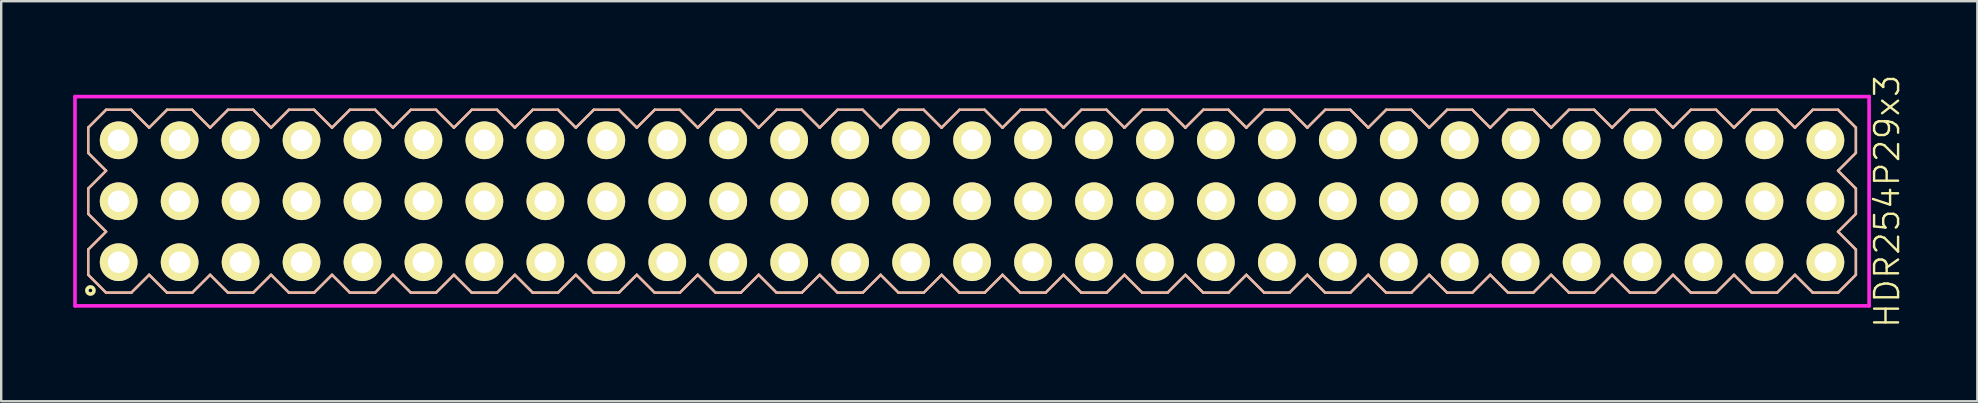
<source format=kicad_pcb>
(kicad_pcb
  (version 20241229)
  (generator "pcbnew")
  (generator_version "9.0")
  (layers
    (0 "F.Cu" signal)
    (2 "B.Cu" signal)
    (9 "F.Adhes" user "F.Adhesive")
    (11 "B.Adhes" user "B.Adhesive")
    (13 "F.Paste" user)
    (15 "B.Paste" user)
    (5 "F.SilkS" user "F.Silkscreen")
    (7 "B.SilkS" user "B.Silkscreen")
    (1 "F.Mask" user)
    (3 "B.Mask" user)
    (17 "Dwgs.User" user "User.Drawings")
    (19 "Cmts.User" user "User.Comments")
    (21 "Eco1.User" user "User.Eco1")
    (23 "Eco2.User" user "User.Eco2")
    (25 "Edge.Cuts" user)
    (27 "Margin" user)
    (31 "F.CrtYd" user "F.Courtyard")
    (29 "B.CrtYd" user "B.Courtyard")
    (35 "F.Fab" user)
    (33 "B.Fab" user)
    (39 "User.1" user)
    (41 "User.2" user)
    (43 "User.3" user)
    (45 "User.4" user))
  (footprint "HDR254P29x3"
    (layer "F.Cu")
    (at 37.455 5.336)
    (property "Reference" "HDR254P29x3" (at 38.13 0 90) (layer "F.SilkS") (effects (font (size 1 1) (thickness 0.1))))
    (attr through_hole)
    (fp_line (start -36.83 -3.066) (end -36.086 -3.81) (stroke (width 0.1) (type solid)) (layer "F.SilkS"))
    (fp_line (start -36.83 -2.014) (end -36.83 -3.066) (stroke (width 0.1) (type solid)) (layer "F.SilkS"))
    (fp_line (start -36.83 -0.526) (end -36.086 -1.27) (stroke (width 0.1) (type solid)) (layer "F.SilkS"))
    (fp_line (start -36.83 0.526) (end -36.83 -0.526) (stroke (width 0.1) (type solid)) (layer "F.SilkS"))
    (fp_line (start -36.83 2.014) (end -36.086 1.27) (stroke (width 0.1) (type solid)) (layer "F.SilkS"))
    (fp_line (start -36.83 3.066) (end -36.83 2.014) (stroke (width 0.1) (type solid)) (layer "F.SilkS"))
    (fp_line (start -36.086 -3.81) (end -35.034 -3.81) (stroke (width 0.1) (type solid)) (layer "F.SilkS"))
    (fp_line (start -36.086 -1.27) (end -36.83 -2.014) (stroke (width 0.1) (type solid)) (layer "F.SilkS"))
    (fp_line (start -36.086 1.27) (end -36.83 0.526) (stroke (width 0.1) (type solid)) (layer "F.SilkS"))
    (fp_line (start -36.086 3.81) (end -36.83 3.066) (stroke (width 0.1) (type solid)) (layer "F.SilkS"))
    (fp_line (start -35.034 -3.81) (end -34.29 -3.066) (stroke (width 0.1) (type solid)) (layer "F.SilkS"))
    (fp_line (start -35.034 3.81) (end -36.086 3.81) (stroke (width 0.1) (type solid)) (layer "F.SilkS"))
    (fp_line (start -34.29 -3.066) (end -33.546 -3.81) (stroke (width 0.1) (type solid)) (layer "F.SilkS"))
    (fp_line (start -34.29 3.066) (end -35.034 3.81) (stroke (width 0.1) (type solid)) (layer "F.SilkS"))
    (fp_line (start -33.546 -3.81) (end -32.494 -3.81) (stroke (width 0.1) (type solid)) (layer "F.SilkS"))
    (fp_line (start -33.546 3.81) (end -34.29 3.066) (stroke (width 0.1) (type solid)) (layer "F.SilkS"))
    (fp_line (start -32.494 -3.81) (end -31.75 -3.066) (stroke (width 0.1) (type solid)) (layer "F.SilkS"))
    (fp_line (start -32.494 3.81) (end -33.546 3.81) (stroke (width 0.1) (type solid)) (layer "F.SilkS"))
    (fp_line (start -31.75 -3.066) (end -31.006 -3.81) (stroke (width 0.1) (type solid)) (layer "F.SilkS"))
    (fp_line (start -31.75 3.066) (end -32.494 3.81) (stroke (width 0.1) (type solid)) (layer "F.SilkS"))
    (fp_line (start -31.006 -3.81) (end -29.954 -3.81) (stroke (width 0.1) (type solid)) (layer "F.SilkS"))
    (fp_line (start -31.006 3.81) (end -31.75 3.066) (stroke (width 0.1) (type solid)) (layer "F.SilkS"))
    (fp_line (start -29.954 -3.81) (end -29.21 -3.066) (stroke (width 0.1) (type solid)) (layer "F.SilkS"))
    (fp_line (start -29.954 3.81) (end -31.006 3.81) (stroke (width 0.1) (type solid)) (layer "F.SilkS"))
    (fp_line (start -29.21 -3.066) (end -28.466 -3.81) (stroke (width 0.1) (type solid)) (layer "F.SilkS"))
    (fp_line (start -29.21 3.066) (end -29.954 3.81) (stroke (width 0.1) (type solid)) (layer "F.SilkS"))
    (fp_line (start -28.466 -3.81) (end -27.414 -3.81) (stroke (width 0.1) (type solid)) (layer "F.SilkS"))
    (fp_line (start -28.466 3.81) (end -29.21 3.066) (stroke (width 0.1) (type solid)) (layer "F.SilkS"))
    (fp_line (start -27.414 -3.81) (end -26.67 -3.066) (stroke (width 0.1) (type solid)) (layer "F.SilkS"))
    (fp_line (start -27.414 3.81) (end -28.466 3.81) (stroke (width 0.1) (type solid)) (layer "F.SilkS"))
    (fp_line (start -26.67 -3.066) (end -25.926 -3.81) (stroke (width 0.1) (type solid)) (layer "F.SilkS"))
    (fp_line (start -26.67 3.066) (end -27.414 3.81) (stroke (width 0.1) (type solid)) (layer "F.SilkS"))
    (fp_line (start -25.926 -3.81) (end -24.874 -3.81) (stroke (width 0.1) (type solid)) (layer "F.SilkS"))
    (fp_line (start -25.926 3.81) (end -26.67 3.066) (stroke (width 0.1) (type solid)) (layer "F.SilkS"))
    (fp_line (start -24.874 -3.81) (end -24.13 -3.066) (stroke (width 0.1) (type solid)) (layer "F.SilkS"))
    (fp_line (start -24.874 3.81) (end -25.926 3.81) (stroke (width 0.1) (type solid)) (layer "F.SilkS"))
    (fp_line (start -24.13 -3.066) (end -23.386 -3.81) (stroke (width 0.1) (type solid)) (layer "F.SilkS"))
    (fp_line (start -24.13 3.066) (end -24.874 3.81) (stroke (width 0.1) (type solid)) (layer "F.SilkS"))
    (fp_line (start -23.386 -3.81) (end -22.334 -3.81) (stroke (width 0.1) (type solid)) (layer "F.SilkS"))
    (fp_line (start -23.386 3.81) (end -24.13 3.066) (stroke (width 0.1) (type solid)) (layer "F.SilkS"))
    (fp_line (start -22.334 -3.81) (end -21.59 -3.066) (stroke (width 0.1) (type solid)) (layer "F.SilkS"))
    (fp_line (start -22.334 3.81) (end -23.386 3.81) (stroke (width 0.1) (type solid)) (layer "F.SilkS"))
    (fp_line (start -21.59 -3.066) (end -20.846 -3.81) (stroke (width 0.1) (type solid)) (layer "F.SilkS"))
    (fp_line (start -21.59 3.066) (end -22.334 3.81) (stroke (width 0.1) (type solid)) (layer "F.SilkS"))
    (fp_line (start -20.846 -3.81) (end -19.794 -3.81) (stroke (width 0.1) (type solid)) (layer "F.SilkS"))
    (fp_line (start -20.846 3.81) (end -21.59 3.066) (stroke (width 0.1) (type solid)) (layer "F.SilkS"))
    (fp_line (start -19.794 -3.81) (end -19.05 -3.066) (stroke (width 0.1) (type solid)) (layer "F.SilkS"))
    (fp_line (start -19.794 3.81) (end -20.846 3.81) (stroke (width 0.1) (type solid)) (layer "F.SilkS"))
    (fp_line (start -19.05 -3.066) (end -18.306 -3.81) (stroke (width 0.1) (type solid)) (layer "F.SilkS"))
    (fp_line (start -19.05 3.066) (end -19.794 3.81) (stroke (width 0.1) (type solid)) (layer "F.SilkS"))
    (fp_line (start -18.306 -3.81) (end -17.254 -3.81) (stroke (width 0.1) (type solid)) (layer "F.SilkS"))
    (fp_line (start -18.306 3.81) (end -19.05 3.066) (stroke (width 0.1) (type solid)) (layer "F.SilkS"))
    (fp_line (start -17.254 -3.81) (end -16.51 -3.066) (stroke (width 0.1) (type solid)) (layer "F.SilkS"))
    (fp_line (start -17.254 3.81) (end -18.306 3.81) (stroke (width 0.1) (type solid)) (layer "F.SilkS"))
    (fp_line (start -16.51 -3.066) (end -15.766 -3.81) (stroke (width 0.1) (type solid)) (layer "F.SilkS"))
    (fp_line (start -16.51 3.066) (end -17.254 3.81) (stroke (width 0.1) (type solid)) (layer "F.SilkS"))
    (fp_line (start -15.766 -3.81) (end -14.714 -3.81) (stroke (width 0.1) (type solid)) (layer "F.SilkS"))
    (fp_line (start -15.766 3.81) (end -16.51 3.066) (stroke (width 0.1) (type solid)) (layer "F.SilkS"))
    (fp_line (start -14.714 -3.81) (end -13.97 -3.066) (stroke (width 0.1) (type solid)) (layer "F.SilkS"))
    (fp_line (start -14.714 3.81) (end -15.766 3.81) (stroke (width 0.1) (type solid)) (layer "F.SilkS"))
    (fp_line (start -13.97 -3.066) (end -13.226 -3.81) (stroke (width 0.1) (type solid)) (layer "F.SilkS"))
    (fp_line (start -13.97 3.066) (end -14.714 3.81) (stroke (width 0.1) (type solid)) (layer "F.SilkS"))
    (fp_line (start -13.226 -3.81) (end -12.174 -3.81) (stroke (width 0.1) (type solid)) (layer "F.SilkS"))
    (fp_line (start -13.226 3.81) (end -13.97 3.066) (stroke (width 0.1) (type solid)) (layer "F.SilkS"))
    (fp_line (start -12.174 -3.81) (end -11.43 -3.066) (stroke (width 0.1) (type solid)) (layer "F.SilkS"))
    (fp_line (start -12.174 3.81) (end -13.226 3.81) (stroke (width 0.1) (type solid)) (layer "F.SilkS"))
    (fp_line (start -11.43 -3.066) (end -10.686 -3.81) (stroke (width 0.1) (type solid)) (layer "F.SilkS"))
    (fp_line (start -11.43 3.066) (end -12.174 3.81) (stroke (width 0.1) (type solid)) (layer "F.SilkS"))
    (fp_line (start -10.686 -3.81) (end -9.634 -3.81) (stroke (width 0.1) (type solid)) (layer "F.SilkS"))
    (fp_line (start -10.686 3.81) (end -11.43 3.066) (stroke (width 0.1) (type solid)) (layer "F.SilkS"))
    (fp_line (start -9.634 -3.81) (end -8.89 -3.066) (stroke (width 0.1) (type solid)) (layer "F.SilkS"))
    (fp_line (start -9.634 3.81) (end -10.686 3.81) (stroke (width 0.1) (type solid)) (layer "F.SilkS"))
    (fp_line (start -8.89 -3.066) (end -8.146 -3.81) (stroke (width 0.1) (type solid)) (layer "F.SilkS"))
    (fp_line (start -8.89 3.066) (end -9.634 3.81) (stroke (width 0.1) (type solid)) (layer "F.SilkS"))
    (fp_line (start -8.146 -3.81) (end -7.094 -3.81) (stroke (width 0.1) (type solid)) (layer "F.SilkS"))
    (fp_line (start -8.146 3.81) (end -8.89 3.066) (stroke (width 0.1) (type solid)) (layer "F.SilkS"))
    (fp_line (start -7.094 -3.81) (end -6.35 -3.066) (stroke (width 0.1) (type solid)) (layer "F.SilkS"))
    (fp_line (start -7.094 3.81) (end -8.146 3.81) (stroke (width 0.1) (type solid)) (layer "F.SilkS"))
    (fp_line (start -6.35 -3.066) (end -5.606 -3.81) (stroke (width 0.1) (type solid)) (layer "F.SilkS"))
    (fp_line (start -6.35 3.066) (end -7.094 3.81) (stroke (width 0.1) (type solid)) (layer "F.SilkS"))
    (fp_line (start -5.606 -3.81) (end -4.554 -3.81) (stroke (width 0.1) (type solid)) (layer "F.SilkS"))
    (fp_line (start -5.606 3.81) (end -6.35 3.066) (stroke (width 0.1) (type solid)) (layer "F.SilkS"))
    (fp_line (start -4.554 -3.81) (end -3.81 -3.066) (stroke (width 0.1) (type solid)) (layer "F.SilkS"))
    (fp_line (start -4.554 3.81) (end -5.606 3.81) (stroke (width 0.1) (type solid)) (layer "F.SilkS"))
    (fp_line (start -3.81 -3.066) (end -3.066 -3.81) (stroke (width 0.1) (type solid)) (layer "F.SilkS"))
    (fp_line (start -3.81 3.066) (end -4.554 3.81) (stroke (width 0.1) (type solid)) (layer "F.SilkS"))
    (fp_line (start -3.066 -3.81) (end -2.014 -3.81) (stroke (width 0.1) (type solid)) (layer "F.SilkS"))
    (fp_line (start -3.066 3.81) (end -3.81 3.066) (stroke (width 0.1) (type solid)) (layer "F.SilkS"))
    (fp_line (start -2.014 -3.81) (end -1.27 -3.066) (stroke (width 0.1) (type solid)) (layer "F.SilkS"))
    (fp_line (start -2.014 3.81) (end -3.066 3.81) (stroke (width 0.1) (type solid)) (layer "F.SilkS"))
    (fp_line (start -1.27 -3.066) (end -0.526 -3.81) (stroke (width 0.1) (type solid)) (layer "F.SilkS"))
    (fp_line (start -1.27 3.066) (end -2.014 3.81) (stroke (width 0.1) (type solid)) (layer "F.SilkS"))
    (fp_line (start -0.526 -3.81) (end 0.526 -3.81) (stroke (width 0.1) (type solid)) (layer "F.SilkS"))
    (fp_line (start -0.526 3.81) (end -1.27 3.066) (stroke (width 0.1) (type solid)) (layer "F.SilkS"))
    (fp_line (start 0.526 -3.81) (end 1.27 -3.066) (stroke (width 0.1) (type solid)) (layer "F.SilkS"))
    (fp_line (start 0.526 3.81) (end -0.526 3.81) (stroke (width 0.1) (type solid)) (layer "F.SilkS"))
    (fp_line (start 1.27 -3.066) (end 2.014 -3.81) (stroke (width 0.1) (type solid)) (layer "F.SilkS"))
    (fp_line (start 1.27 3.066) (end 0.526 3.81) (stroke (width 0.1) (type solid)) (layer "F.SilkS"))
    (fp_line (start 2.014 -3.81) (end 3.066 -3.81) (stroke (width 0.1) (type solid)) (layer "F.SilkS"))
    (fp_line (start 2.014 3.81) (end 1.27 3.066) (stroke (width 0.1) (type solid)) (layer "F.SilkS"))
    (fp_line (start 3.066 -3.81) (end 3.81 -3.066) (stroke (width 0.1) (type solid)) (layer "F.SilkS"))
    (fp_line (start 3.066 3.81) (end 2.014 3.81) (stroke (width 0.1) (type solid)) (layer "F.SilkS"))
    (fp_line (start 3.81 -3.066) (end 4.554 -3.81) (stroke (width 0.1) (type solid)) (layer "F.SilkS"))
    (fp_line (start 3.81 3.066) (end 3.066 3.81) (stroke (width 0.1) (type solid)) (layer "F.SilkS"))
    (fp_line (start 4.554 -3.81) (end 5.606 -3.81) (stroke (width 0.1) (type solid)) (layer "F.SilkS"))
    (fp_line (start 4.554 3.81) (end 3.81 3.066) (stroke (width 0.1) (type solid)) (layer "F.SilkS"))
    (fp_line (start 5.606 -3.81) (end 6.35 -3.066) (stroke (width 0.1) (type solid)) (layer "F.SilkS"))
    (fp_line (start 5.606 3.81) (end 4.554 3.81) (stroke (width 0.1) (type solid)) (layer "F.SilkS"))
    (fp_line (start 6.35 -3.066) (end 7.094 -3.81) (stroke (width 0.1) (type solid)) (layer "F.SilkS"))
    (fp_line (start 6.35 3.066) (end 5.606 3.81) (stroke (width 0.1) (type solid)) (layer "F.SilkS"))
    (fp_line (start 7.094 -3.81) (end 8.146 -3.81) (stroke (width 0.1) (type solid)) (layer "F.SilkS"))
    (fp_line (start 7.094 3.81) (end 6.35 3.066) (stroke (width 0.1) (type solid)) (layer "F.SilkS"))
    (fp_line (start 8.146 -3.81) (end 8.89 -3.066) (stroke (width 0.1) (type solid)) (layer "F.SilkS"))
    (fp_line (start 8.146 3.81) (end 7.094 3.81) (stroke (width 0.1) (type solid)) (layer "F.SilkS"))
    (fp_line (start 8.89 -3.066) (end 9.634 -3.81) (stroke (width 0.1) (type solid)) (layer "F.SilkS"))
    (fp_line (start 8.89 3.066) (end 8.146 3.81) (stroke (width 0.1) (type solid)) (layer "F.SilkS"))
    (fp_line (start 9.634 -3.81) (end 10.686 -3.81) (stroke (width 0.1) (type solid)) (layer "F.SilkS"))
    (fp_line (start 9.634 3.81) (end 8.89 3.066) (stroke (width 0.1) (type solid)) (layer "F.SilkS"))
    (fp_line (start 10.686 -3.81) (end 11.43 -3.066) (stroke (width 0.1) (type solid)) (layer "F.SilkS"))
    (fp_line (start 10.686 3.81) (end 9.634 3.81) (stroke (width 0.1) (type solid)) (layer "F.SilkS"))
    (fp_line (start 11.43 -3.066) (end 12.174 -3.81) (stroke (width 0.1) (type solid)) (layer "F.SilkS"))
    (fp_line (start 11.43 3.066) (end 10.686 3.81) (stroke (width 0.1) (type solid)) (layer "F.SilkS"))
    (fp_line (start 12.174 -3.81) (end 13.226 -3.81) (stroke (width 0.1) (type solid)) (layer "F.SilkS"))
    (fp_line (start 12.174 3.81) (end 11.43 3.066) (stroke (width 0.1) (type solid)) (layer "F.SilkS"))
    (fp_line (start 13.226 -3.81) (end 13.97 -3.066) (stroke (width 0.1) (type solid)) (layer "F.SilkS"))
    (fp_line (start 13.226 3.81) (end 12.174 3.81) (stroke (width 0.1) (type solid)) (layer "F.SilkS"))
    (fp_line (start 13.97 -3.066) (end 14.714 -3.81) (stroke (width 0.1) (type solid)) (layer "F.SilkS"))
    (fp_line (start 13.97 3.066) (end 13.226 3.81) (stroke (width 0.1) (type solid)) (layer "F.SilkS"))
    (fp_line (start 14.714 -3.81) (end 15.766 -3.81) (stroke (width 0.1) (type solid)) (layer "F.SilkS"))
    (fp_line (start 14.714 3.81) (end 13.97 3.066) (stroke (width 0.1) (type solid)) (layer "F.SilkS"))
    (fp_line (start 15.766 -3.81) (end 16.51 -3.066) (stroke (width 0.1) (type solid)) (layer "F.SilkS"))
    (fp_line (start 15.766 3.81) (end 14.714 3.81) (stroke (width 0.1) (type solid)) (layer "F.SilkS"))
    (fp_line (start 16.51 -3.066) (end 17.254 -3.81) (stroke (width 0.1) (type solid)) (layer "F.SilkS"))
    (fp_line (start 16.51 3.066) (end 15.766 3.81) (stroke (width 0.1) (type solid)) (layer "F.SilkS"))
    (fp_line (start 17.254 -3.81) (end 18.306 -3.81) (stroke (width 0.1) (type solid)) (layer "F.SilkS"))
    (fp_line (start 17.254 3.81) (end 16.51 3.066) (stroke (width 0.1) (type solid)) (layer "F.SilkS"))
    (fp_line (start 18.306 -3.81) (end 19.05 -3.066) (stroke (width 0.1) (type solid)) (layer "F.SilkS"))
    (fp_line (start 18.306 3.81) (end 17.254 3.81) (stroke (width 0.1) (type solid)) (layer "F.SilkS"))
    (fp_line (start 19.05 -3.066) (end 19.794 -3.81) (stroke (width 0.1) (type solid)) (layer "F.SilkS"))
    (fp_line (start 19.05 3.066) (end 18.306 3.81) (stroke (width 0.1) (type solid)) (layer "F.SilkS"))
    (fp_line (start 19.794 -3.81) (end 20.846 -3.81) (stroke (width 0.1) (type solid)) (layer "F.SilkS"))
    (fp_line (start 19.794 3.81) (end 19.05 3.066) (stroke (width 0.1) (type solid)) (layer "F.SilkS"))
    (fp_line (start 20.846 -3.81) (end 21.59 -3.066) (stroke (width 0.1) (type solid)) (layer "F.SilkS"))
    (fp_line (start 20.846 3.81) (end 19.794 3.81) (stroke (width 0.1) (type solid)) (layer "F.SilkS"))
    (fp_line (start 21.59 -3.066) (end 22.334 -3.81) (stroke (width 0.1) (type solid)) (layer "F.SilkS"))
    (fp_line (start 21.59 3.066) (end 20.846 3.81) (stroke (width 0.1) (type solid)) (layer "F.SilkS"))
    (fp_line (start 22.334 -3.81) (end 23.386 -3.81) (stroke (width 0.1) (type solid)) (layer "F.SilkS"))
    (fp_line (start 22.334 3.81) (end 21.59 3.066) (stroke (width 0.1) (type solid)) (layer "F.SilkS"))
    (fp_line (start 23.386 -3.81) (end 24.13 -3.066) (stroke (width 0.1) (type solid)) (layer "F.SilkS"))
    (fp_line (start 23.386 3.81) (end 22.334 3.81) (stroke (width 0.1) (type solid)) (layer "F.SilkS"))
    (fp_line (start 24.13 -3.066) (end 24.874 -3.81) (stroke (width 0.1) (type solid)) (layer "F.SilkS"))
    (fp_line (start 24.13 3.066) (end 23.386 3.81) (stroke (width 0.1) (type solid)) (layer "F.SilkS"))
    (fp_line (start 24.874 -3.81) (end 25.926 -3.81) (stroke (width 0.1) (type solid)) (layer "F.SilkS"))
    (fp_line (start 24.874 3.81) (end 24.13 3.066) (stroke (width 0.1) (type solid)) (layer "F.SilkS"))
    (fp_line (start 25.926 -3.81) (end 26.67 -3.066) (stroke (width 0.1) (type solid)) (layer "F.SilkS"))
    (fp_line (start 25.926 3.81) (end 24.874 3.81) (stroke (width 0.1) (type solid)) (layer "F.SilkS"))
    (fp_line (start 26.67 -3.066) (end 27.414 -3.81) (stroke (width 0.1) (type solid)) (layer "F.SilkS"))
    (fp_line (start 26.67 3.066) (end 25.926 3.81) (stroke (width 0.1) (type solid)) (layer "F.SilkS"))
    (fp_line (start 27.414 -3.81) (end 28.466 -3.81) (stroke (width 0.1) (type solid)) (layer "F.SilkS"))
    (fp_line (start 27.414 3.81) (end 26.67 3.066) (stroke (width 0.1) (type solid)) (layer "F.SilkS"))
    (fp_line (start 28.466 -3.81) (end 29.21 -3.066) (stroke (width 0.1) (type solid)) (layer "F.SilkS"))
    (fp_line (start 28.466 3.81) (end 27.414 3.81) (stroke (width 0.1) (type solid)) (layer "F.SilkS"))
    (fp_line (start 29.21 -3.066) (end 29.954 -3.81) (stroke (width 0.1) (type solid)) (layer "F.SilkS"))
    (fp_line (start 29.21 3.066) (end 28.466 3.81) (stroke (width 0.1) (type solid)) (layer "F.SilkS"))
    (fp_line (start 29.954 -3.81) (end 31.006 -3.81) (stroke (width 0.1) (type solid)) (layer "F.SilkS"))
    (fp_line (start 29.954 3.81) (end 29.21 3.066) (stroke (width 0.1) (type solid)) (layer "F.SilkS"))
    (fp_line (start 31.006 -3.81) (end 31.75 -3.066) (stroke (width 0.1) (type solid)) (layer "F.SilkS"))
    (fp_line (start 31.006 3.81) (end 29.954 3.81) (stroke (width 0.1) (type solid)) (layer "F.SilkS"))
    (fp_line (start 31.75 -3.066) (end 32.494 -3.81) (stroke (width 0.1) (type solid)) (layer "F.SilkS"))
    (fp_line (start 31.75 3.066) (end 31.006 3.81) (stroke (width 0.1) (type solid)) (layer "F.SilkS"))
    (fp_line (start 32.494 -3.81) (end 33.546 -3.81) (stroke (width 0.1) (type solid)) (layer "F.SilkS"))
    (fp_line (start 32.494 3.81) (end 31.75 3.066) (stroke (width 0.1) (type solid)) (layer "F.SilkS"))
    (fp_line (start 33.546 -3.81) (end 34.29 -3.066) (stroke (width 0.1) (type solid)) (layer "F.SilkS"))
    (fp_line (start 33.546 3.81) (end 32.494 3.81) (stroke (width 0.1) (type solid)) (layer "F.SilkS"))
    (fp_line (start 34.29 -3.066) (end 35.034 -3.81) (stroke (width 0.1) (type solid)) (layer "F.SilkS"))
    (fp_line (start 34.29 3.066) (end 33.546 3.81) (stroke (width 0.1) (type solid)) (layer "F.SilkS"))
    (fp_line (start 35.034 -3.81) (end 36.086 -3.81) (stroke (width 0.1) (type solid)) (layer "F.SilkS"))
    (fp_line (start 35.034 3.81) (end 34.29 3.066) (stroke (width 0.1) (type solid)) (layer "F.SilkS"))
    (fp_line (start 36.086 -3.81) (end 36.83 -3.066) (stroke (width 0.1) (type solid)) (layer "F.SilkS"))
    (fp_line (start 36.086 -1.27) (end 36.83 -0.526) (stroke (width 0.1) (type solid)) (layer "F.SilkS"))
    (fp_line (start 36.086 1.27) (end 36.83 2.014) (stroke (width 0.1) (type solid)) (layer "F.SilkS"))
    (fp_line (start 36.086 3.81) (end 35.034 3.81) (stroke (width 0.1) (type solid)) (layer "F.SilkS"))
    (fp_line (start 36.83 -3.066) (end 36.83 -2.014) (stroke (width 0.1) (type solid)) (layer "F.SilkS"))
    (fp_line (start 36.83 -2.014) (end 36.086 -1.27) (stroke (width 0.1) (type solid)) (layer "F.SilkS"))
    (fp_line (start 36.83 -0.526) (end 36.83 0.526) (stroke (width 0.1) (type solid)) (layer "F.SilkS"))
    (fp_line (start 36.83 0.526) (end 36.086 1.27) (stroke (width 0.1) (type solid)) (layer "F.SilkS"))
    (fp_line (start 36.83 2.014) (end 36.83 3.066) (stroke (width 0.1) (type solid)) (layer "F.SilkS"))
    (fp_line (start 36.83 3.066) (end 36.086 3.81) (stroke (width 0.1) (type solid)) (layer "F.SilkS"))
    (fp_circle (center -36.737 3.718) (end -36.587 3.718) (stroke (width 0.15) (type solid)) (fill no) (layer "F.SilkS"))
    (fp_line (start -36.83 -3.066) (end -36.086 -3.81) (stroke (width 0.1) (type solid)) (layer "B.SilkS"))
    (fp_line (start -36.83 -2.014) (end -36.83 -3.066) (stroke (width 0.1) (type solid)) (layer "B.SilkS"))
    (fp_line (start -36.83 -0.526) (end -36.086 -1.27) (stroke (width 0.1) (type solid)) (layer "B.SilkS"))
    (fp_line (start -36.83 0.526) (end -36.83 -0.526) (stroke (width 0.1) (type solid)) (layer "B.SilkS"))
    (fp_line (start -36.83 2.014) (end -36.086 1.27) (stroke (width 0.1) (type solid)) (layer "B.SilkS"))
    (fp_line (start -36.83 3.066) (end -36.83 2.014) (stroke (width 0.1) (type solid)) (layer "B.SilkS"))
    (fp_line (start -36.086 -3.81) (end -35.034 -3.81) (stroke (width 0.1) (type solid)) (layer "B.SilkS"))
    (fp_line (start -36.086 -1.27) (end -36.83 -2.014) (stroke (width 0.1) (type solid)) (layer "B.SilkS"))
    (fp_line (start -36.086 1.27) (end -36.83 0.526) (stroke (width 0.1) (type solid)) (layer "B.SilkS"))
    (fp_line (start -36.086 3.81) (end -36.83 3.066) (stroke (width 0.1) (type solid)) (layer "B.SilkS"))
    (fp_line (start -35.034 -3.81) (end -34.29 -3.066) (stroke (width 0.1) (type solid)) (layer "B.SilkS"))
    (fp_line (start -35.034 3.81) (end -36.086 3.81) (stroke (width 0.1) (type solid)) (layer "B.SilkS"))
    (fp_line (start -34.29 -3.066) (end -33.546 -3.81) (stroke (width 0.1) (type solid)) (layer "B.SilkS"))
    (fp_line (start -34.29 3.066) (end -35.034 3.81) (stroke (width 0.1) (type solid)) (layer "B.SilkS"))
    (fp_line (start -33.546 -3.81) (end -32.494 -3.81) (stroke (width 0.1) (type solid)) (layer "B.SilkS"))
    (fp_line (start -33.546 3.81) (end -34.29 3.066) (stroke (width 0.1) (type solid)) (layer "B.SilkS"))
    (fp_line (start -32.494 -3.81) (end -31.75 -3.066) (stroke (width 0.1) (type solid)) (layer "B.SilkS"))
    (fp_line (start -32.494 3.81) (end -33.546 3.81) (stroke (width 0.1) (type solid)) (layer "B.SilkS"))
    (fp_line (start -31.75 -3.066) (end -31.006 -3.81) (stroke (width 0.1) (type solid)) (layer "B.SilkS"))
    (fp_line (start -31.75 3.066) (end -32.494 3.81) (stroke (width 0.1) (type solid)) (layer "B.SilkS"))
    (fp_line (start -31.006 -3.81) (end -29.954 -3.81) (stroke (width 0.1) (type solid)) (layer "B.SilkS"))
    (fp_line (start -31.006 3.81) (end -31.75 3.066) (stroke (width 0.1) (type solid)) (layer "B.SilkS"))
    (fp_line (start -29.954 -3.81) (end -29.21 -3.066) (stroke (width 0.1) (type solid)) (layer "B.SilkS"))
    (fp_line (start -29.954 3.81) (end -31.006 3.81) (stroke (width 0.1) (type solid)) (layer "B.SilkS"))
    (fp_line (start -29.21 -3.066) (end -28.466 -3.81) (stroke (width 0.1) (type solid)) (layer "B.SilkS"))
    (fp_line (start -29.21 3.066) (end -29.954 3.81) (stroke (width 0.1) (type solid)) (layer "B.SilkS"))
    (fp_line (start -28.466 -3.81) (end -27.414 -3.81) (stroke (width 0.1) (type solid)) (layer "B.SilkS"))
    (fp_line (start -28.466 3.81) (end -29.21 3.066) (stroke (width 0.1) (type solid)) (layer "B.SilkS"))
    (fp_line (start -27.414 -3.81) (end -26.67 -3.066) (stroke (width 0.1) (type solid)) (layer "B.SilkS"))
    (fp_line (start -27.414 3.81) (end -28.466 3.81) (stroke (width 0.1) (type solid)) (layer "B.SilkS"))
    (fp_line (start -26.67 -3.066) (end -25.926 -3.81) (stroke (width 0.1) (type solid)) (layer "B.SilkS"))
    (fp_line (start -26.67 3.066) (end -27.414 3.81) (stroke (width 0.1) (type solid)) (layer "B.SilkS"))
    (fp_line (start -25.926 -3.81) (end -24.874 -3.81) (stroke (width 0.1) (type solid)) (layer "B.SilkS"))
    (fp_line (start -25.926 3.81) (end -26.67 3.066) (stroke (width 0.1) (type solid)) (layer "B.SilkS"))
    (fp_line (start -24.874 -3.81) (end -24.13 -3.066) (stroke (width 0.1) (type solid)) (layer "B.SilkS"))
    (fp_line (start -24.874 3.81) (end -25.926 3.81) (stroke (width 0.1) (type solid)) (layer "B.SilkS"))
    (fp_line (start -24.13 -3.066) (end -23.386 -3.81) (stroke (width 0.1) (type solid)) (layer "B.SilkS"))
    (fp_line (start -24.13 3.066) (end -24.874 3.81) (stroke (width 0.1) (type solid)) (layer "B.SilkS"))
    (fp_line (start -23.386 -3.81) (end -22.334 -3.81) (stroke (width 0.1) (type solid)) (layer "B.SilkS"))
    (fp_line (start -23.386 3.81) (end -24.13 3.066) (stroke (width 0.1) (type solid)) (layer "B.SilkS"))
    (fp_line (start -22.334 -3.81) (end -21.59 -3.066) (stroke (width 0.1) (type solid)) (layer "B.SilkS"))
    (fp_line (start -22.334 3.81) (end -23.386 3.81) (stroke (width 0.1) (type solid)) (layer "B.SilkS"))
    (fp_line (start -21.59 -3.066) (end -20.846 -3.81) (stroke (width 0.1) (type solid)) (layer "B.SilkS"))
    (fp_line (start -21.59 3.066) (end -22.334 3.81) (stroke (width 0.1) (type solid)) (layer "B.SilkS"))
    (fp_line (start -20.846 -3.81) (end -19.794 -3.81) (stroke (width 0.1) (type solid)) (layer "B.SilkS"))
    (fp_line (start -20.846 3.81) (end -21.59 3.066) (stroke (width 0.1) (type solid)) (layer "B.SilkS"))
    (fp_line (start -19.794 -3.81) (end -19.05 -3.066) (stroke (width 0.1) (type solid)) (layer "B.SilkS"))
    (fp_line (start -19.794 3.81) (end -20.846 3.81) (stroke (width 0.1) (type solid)) (layer "B.SilkS"))
    (fp_line (start -19.05 -3.066) (end -18.306 -3.81) (stroke (width 0.1) (type solid)) (layer "B.SilkS"))
    (fp_line (start -19.05 3.066) (end -19.794 3.81) (stroke (width 0.1) (type solid)) (layer "B.SilkS"))
    (fp_line (start -18.306 -3.81) (end -17.254 -3.81) (stroke (width 0.1) (type solid)) (layer "B.SilkS"))
    (fp_line (start -18.306 3.81) (end -19.05 3.066) (stroke (width 0.1) (type solid)) (layer "B.SilkS"))
    (fp_line (start -17.254 -3.81) (end -16.51 -3.066) (stroke (width 0.1) (type solid)) (layer "B.SilkS"))
    (fp_line (start -17.254 3.81) (end -18.306 3.81) (stroke (width 0.1) (type solid)) (layer "B.SilkS"))
    (fp_line (start -16.51 -3.066) (end -15.766 -3.81) (stroke (width 0.1) (type solid)) (layer "B.SilkS"))
    (fp_line (start -16.51 3.066) (end -17.254 3.81) (stroke (width 0.1) (type solid)) (layer "B.SilkS"))
    (fp_line (start -15.766 -3.81) (end -14.714 -3.81) (stroke (width 0.1) (type solid)) (layer "B.SilkS"))
    (fp_line (start -15.766 3.81) (end -16.51 3.066) (stroke (width 0.1) (type solid)) (layer "B.SilkS"))
    (fp_line (start -14.714 -3.81) (end -13.97 -3.066) (stroke (width 0.1) (type solid)) (layer "B.SilkS"))
    (fp_line (start -14.714 3.81) (end -15.766 3.81) (stroke (width 0.1) (type solid)) (layer "B.SilkS"))
    (fp_line (start -13.97 -3.066) (end -13.226 -3.81) (stroke (width 0.1) (type solid)) (layer "B.SilkS"))
    (fp_line (start -13.97 3.066) (end -14.714 3.81) (stroke (width 0.1) (type solid)) (layer "B.SilkS"))
    (fp_line (start -13.226 -3.81) (end -12.174 -3.81) (stroke (width 0.1) (type solid)) (layer "B.SilkS"))
    (fp_line (start -13.226 3.81) (end -13.97 3.066) (stroke (width 0.1) (type solid)) (layer "B.SilkS"))
    (fp_line (start -12.174 -3.81) (end -11.43 -3.066) (stroke (width 0.1) (type solid)) (layer "B.SilkS"))
    (fp_line (start -12.174 3.81) (end -13.226 3.81) (stroke (width 0.1) (type solid)) (layer "B.SilkS"))
    (fp_line (start -11.43 -3.066) (end -10.686 -3.81) (stroke (width 0.1) (type solid)) (layer "B.SilkS"))
    (fp_line (start -11.43 3.066) (end -12.174 3.81) (stroke (width 0.1) (type solid)) (layer "B.SilkS"))
    (fp_line (start -10.686 -3.81) (end -9.634 -3.81) (stroke (width 0.1) (type solid)) (layer "B.SilkS"))
    (fp_line (start -10.686 3.81) (end -11.43 3.066) (stroke (width 0.1) (type solid)) (layer "B.SilkS"))
    (fp_line (start -9.634 -3.81) (end -8.89 -3.066) (stroke (width 0.1) (type solid)) (layer "B.SilkS"))
    (fp_line (start -9.634 3.81) (end -10.686 3.81) (stroke (width 0.1) (type solid)) (layer "B.SilkS"))
    (fp_line (start -8.89 -3.066) (end -8.146 -3.81) (stroke (width 0.1) (type solid)) (layer "B.SilkS"))
    (fp_line (start -8.89 3.066) (end -9.634 3.81) (stroke (width 0.1) (type solid)) (layer "B.SilkS"))
    (fp_line (start -8.146 -3.81) (end -7.094 -3.81) (stroke (width 0.1) (type solid)) (layer "B.SilkS"))
    (fp_line (start -8.146 3.81) (end -8.89 3.066) (stroke (width 0.1) (type solid)) (layer "B.SilkS"))
    (fp_line (start -7.094 -3.81) (end -6.35 -3.066) (stroke (width 0.1) (type solid)) (layer "B.SilkS"))
    (fp_line (start -7.094 3.81) (end -8.146 3.81) (stroke (width 0.1) (type solid)) (layer "B.SilkS"))
    (fp_line (start -6.35 -3.066) (end -5.606 -3.81) (stroke (width 0.1) (type solid)) (layer "B.SilkS"))
    (fp_line (start -6.35 3.066) (end -7.094 3.81) (stroke (width 0.1) (type solid)) (layer "B.SilkS"))
    (fp_line (start -5.606 -3.81) (end -4.554 -3.81) (stroke (width 0.1) (type solid)) (layer "B.SilkS"))
    (fp_line (start -5.606 3.81) (end -6.35 3.066) (stroke (width 0.1) (type solid)) (layer "B.SilkS"))
    (fp_line (start -4.554 -3.81) (end -3.81 -3.066) (stroke (width 0.1) (type solid)) (layer "B.SilkS"))
    (fp_line (start -4.554 3.81) (end -5.606 3.81) (stroke (width 0.1) (type solid)) (layer "B.SilkS"))
    (fp_line (start -3.81 -3.066) (end -3.066 -3.81) (stroke (width 0.1) (type solid)) (layer "B.SilkS"))
    (fp_line (start -3.81 3.066) (end -4.554 3.81) (stroke (width 0.1) (type solid)) (layer "B.SilkS"))
    (fp_line (start -3.066 -3.81) (end -2.014 -3.81) (stroke (width 0.1) (type solid)) (layer "B.SilkS"))
    (fp_line (start -3.066 3.81) (end -3.81 3.066) (stroke (width 0.1) (type solid)) (layer "B.SilkS"))
    (fp_line (start -2.014 -3.81) (end -1.27 -3.066) (stroke (width 0.1) (type solid)) (layer "B.SilkS"))
    (fp_line (start -2.014 3.81) (end -3.066 3.81) (stroke (width 0.1) (type solid)) (layer "B.SilkS"))
    (fp_line (start -1.27 -3.066) (end -0.526 -3.81) (stroke (width 0.1) (type solid)) (layer "B.SilkS"))
    (fp_line (start -1.27 3.066) (end -2.014 3.81) (stroke (width 0.1) (type solid)) (layer "B.SilkS"))
    (fp_line (start -0.526 -3.81) (end 0.526 -3.81) (stroke (width 0.1) (type solid)) (layer "B.SilkS"))
    (fp_line (start -0.526 3.81) (end -1.27 3.066) (stroke (width 0.1) (type solid)) (layer "B.SilkS"))
    (fp_line (start 0.526 -3.81) (end 1.27 -3.066) (stroke (width 0.1) (type solid)) (layer "B.SilkS"))
    (fp_line (start 0.526 3.81) (end -0.526 3.81) (stroke (width 0.1) (type solid)) (layer "B.SilkS"))
    (fp_line (start 1.27 -3.066) (end 2.014 -3.81) (stroke (width 0.1) (type solid)) (layer "B.SilkS"))
    (fp_line (start 1.27 3.066) (end 0.526 3.81) (stroke (width 0.1) (type solid)) (layer "B.SilkS"))
    (fp_line (start 2.014 -3.81) (end 3.066 -3.81) (stroke (width 0.1) (type solid)) (layer "B.SilkS"))
    (fp_line (start 2.014 3.81) (end 1.27 3.066) (stroke (width 0.1) (type solid)) (layer "B.SilkS"))
    (fp_line (start 3.066 -3.81) (end 3.81 -3.066) (stroke (width 0.1) (type solid)) (layer "B.SilkS"))
    (fp_line (start 3.066 3.81) (end 2.014 3.81) (stroke (width 0.1) (type solid)) (layer "B.SilkS"))
    (fp_line (start 3.81 -3.066) (end 4.554 -3.81) (stroke (width 0.1) (type solid)) (layer "B.SilkS"))
    (fp_line (start 3.81 3.066) (end 3.066 3.81) (stroke (width 0.1) (type solid)) (layer "B.SilkS"))
    (fp_line (start 4.554 -3.81) (end 5.606 -3.81) (stroke (width 0.1) (type solid)) (layer "B.SilkS"))
    (fp_line (start 4.554 3.81) (end 3.81 3.066) (stroke (width 0.1) (type solid)) (layer "B.SilkS"))
    (fp_line (start 5.606 -3.81) (end 6.35 -3.066) (stroke (width 0.1) (type solid)) (layer "B.SilkS"))
    (fp_line (start 5.606 3.81) (end 4.554 3.81) (stroke (width 0.1) (type solid)) (layer "B.SilkS"))
    (fp_line (start 6.35 -3.066) (end 7.094 -3.81) (stroke (width 0.1) (type solid)) (layer "B.SilkS"))
    (fp_line (start 6.35 3.066) (end 5.606 3.81) (stroke (width 0.1) (type solid)) (layer "B.SilkS"))
    (fp_line (start 7.094 -3.81) (end 8.146 -3.81) (stroke (width 0.1) (type solid)) (layer "B.SilkS"))
    (fp_line (start 7.094 3.81) (end 6.35 3.066) (stroke (width 0.1) (type solid)) (layer "B.SilkS"))
    (fp_line (start 8.146 -3.81) (end 8.89 -3.066) (stroke (width 0.1) (type solid)) (layer "B.SilkS"))
    (fp_line (start 8.146 3.81) (end 7.094 3.81) (stroke (width 0.1) (type solid)) (layer "B.SilkS"))
    (fp_line (start 8.89 -3.066) (end 9.634 -3.81) (stroke (width 0.1) (type solid)) (layer "B.SilkS"))
    (fp_line (start 8.89 3.066) (end 8.146 3.81) (stroke (width 0.1) (type solid)) (layer "B.SilkS"))
    (fp_line (start 9.634 -3.81) (end 10.686 -3.81) (stroke (width 0.1) (type solid)) (layer "B.SilkS"))
    (fp_line (start 9.634 3.81) (end 8.89 3.066) (stroke (width 0.1) (type solid)) (layer "B.SilkS"))
    (fp_line (start 10.686 -3.81) (end 11.43 -3.066) (stroke (width 0.1) (type solid)) (layer "B.SilkS"))
    (fp_line (start 10.686 3.81) (end 9.634 3.81) (stroke (width 0.1) (type solid)) (layer "B.SilkS"))
    (fp_line (start 11.43 -3.066) (end 12.174 -3.81) (stroke (width 0.1) (type solid)) (layer "B.SilkS"))
    (fp_line (start 11.43 3.066) (end 10.686 3.81) (stroke (width 0.1) (type solid)) (layer "B.SilkS"))
    (fp_line (start 12.174 -3.81) (end 13.226 -3.81) (stroke (width 0.1) (type solid)) (layer "B.SilkS"))
    (fp_line (start 12.174 3.81) (end 11.43 3.066) (stroke (width 0.1) (type solid)) (layer "B.SilkS"))
    (fp_line (start 13.226 -3.81) (end 13.97 -3.066) (stroke (width 0.1) (type solid)) (layer "B.SilkS"))
    (fp_line (start 13.226 3.81) (end 12.174 3.81) (stroke (width 0.1) (type solid)) (layer "B.SilkS"))
    (fp_line (start 13.97 -3.066) (end 14.714 -3.81) (stroke (width 0.1) (type solid)) (layer "B.SilkS"))
    (fp_line (start 13.97 3.066) (end 13.226 3.81) (stroke (width 0.1) (type solid)) (layer "B.SilkS"))
    (fp_line (start 14.714 -3.81) (end 15.766 -3.81) (stroke (width 0.1) (type solid)) (layer "B.SilkS"))
    (fp_line (start 14.714 3.81) (end 13.97 3.066) (stroke (width 0.1) (type solid)) (layer "B.SilkS"))
    (fp_line (start 15.766 -3.81) (end 16.51 -3.066) (stroke (width 0.1) (type solid)) (layer "B.SilkS"))
    (fp_line (start 15.766 3.81) (end 14.714 3.81) (stroke (width 0.1) (type solid)) (layer "B.SilkS"))
    (fp_line (start 16.51 -3.066) (end 17.254 -3.81) (stroke (width 0.1) (type solid)) (layer "B.SilkS"))
    (fp_line (start 16.51 3.066) (end 15.766 3.81) (stroke (width 0.1) (type solid)) (layer "B.SilkS"))
    (fp_line (start 17.254 -3.81) (end 18.306 -3.81) (stroke (width 0.1) (type solid)) (layer "B.SilkS"))
    (fp_line (start 17.254 3.81) (end 16.51 3.066) (stroke (width 0.1) (type solid)) (layer "B.SilkS"))
    (fp_line (start 18.306 -3.81) (end 19.05 -3.066) (stroke (width 0.1) (type solid)) (layer "B.SilkS"))
    (fp_line (start 18.306 3.81) (end 17.254 3.81) (stroke (width 0.1) (type solid)) (layer "B.SilkS"))
    (fp_line (start 19.05 -3.066) (end 19.794 -3.81) (stroke (width 0.1) (type solid)) (layer "B.SilkS"))
    (fp_line (start 19.05 3.066) (end 18.306 3.81) (stroke (width 0.1) (type solid)) (layer "B.SilkS"))
    (fp_line (start 19.794 -3.81) (end 20.846 -3.81) (stroke (width 0.1) (type solid)) (layer "B.SilkS"))
    (fp_line (start 19.794 3.81) (end 19.05 3.066) (stroke (width 0.1) (type solid)) (layer "B.SilkS"))
    (fp_line (start 20.846 -3.81) (end 21.59 -3.066) (stroke (width 0.1) (type solid)) (layer "B.SilkS"))
    (fp_line (start 20.846 3.81) (end 19.794 3.81) (stroke (width 0.1) (type solid)) (layer "B.SilkS"))
    (fp_line (start 21.59 -3.066) (end 22.334 -3.81) (stroke (width 0.1) (type solid)) (layer "B.SilkS"))
    (fp_line (start 21.59 3.066) (end 20.846 3.81) (stroke (width 0.1) (type solid)) (layer "B.SilkS"))
    (fp_line (start 22.334 -3.81) (end 23.386 -3.81) (stroke (width 0.1) (type solid)) (layer "B.SilkS"))
    (fp_line (start 22.334 3.81) (end 21.59 3.066) (stroke (width 0.1) (type solid)) (layer "B.SilkS"))
    (fp_line (start 23.386 -3.81) (end 24.13 -3.066) (stroke (width 0.1) (type solid)) (layer "B.SilkS"))
    (fp_line (start 23.386 3.81) (end 22.334 3.81) (stroke (width 0.1) (type solid)) (layer "B.SilkS"))
    (fp_line (start 24.13 -3.066) (end 24.874 -3.81) (stroke (width 0.1) (type solid)) (layer "B.SilkS"))
    (fp_line (start 24.13 3.066) (end 23.386 3.81) (stroke (width 0.1) (type solid)) (layer "B.SilkS"))
    (fp_line (start 24.874 -3.81) (end 25.926 -3.81) (stroke (width 0.1) (type solid)) (layer "B.SilkS"))
    (fp_line (start 24.874 3.81) (end 24.13 3.066) (stroke (width 0.1) (type solid)) (layer "B.SilkS"))
    (fp_line (start 25.926 -3.81) (end 26.67 -3.066) (stroke (width 0.1) (type solid)) (layer "B.SilkS"))
    (fp_line (start 25.926 3.81) (end 24.874 3.81) (stroke (width 0.1) (type solid)) (layer "B.SilkS"))
    (fp_line (start 26.67 -3.066) (end 27.414 -3.81) (stroke (width 0.1) (type solid)) (layer "B.SilkS"))
    (fp_line (start 26.67 3.066) (end 25.926 3.81) (stroke (width 0.1) (type solid)) (layer "B.SilkS"))
    (fp_line (start 27.414 -3.81) (end 28.466 -3.81) (stroke (width 0.1) (type solid)) (layer "B.SilkS"))
    (fp_line (start 27.414 3.81) (end 26.67 3.066) (stroke (width 0.1) (type solid)) (layer "B.SilkS"))
    (fp_line (start 28.466 -3.81) (end 29.21 -3.066) (stroke (width 0.1) (type solid)) (layer "B.SilkS"))
    (fp_line (start 28.466 3.81) (end 27.414 3.81) (stroke (width 0.1) (type solid)) (layer "B.SilkS"))
    (fp_line (start 29.21 -3.066) (end 29.954 -3.81) (stroke (width 0.1) (type solid)) (layer "B.SilkS"))
    (fp_line (start 29.21 3.066) (end 28.466 3.81) (stroke (width 0.1) (type solid)) (layer "B.SilkS"))
    (fp_line (start 29.954 -3.81) (end 31.006 -3.81) (stroke (width 0.1) (type solid)) (layer "B.SilkS"))
    (fp_line (start 29.954 3.81) (end 29.21 3.066) (stroke (width 0.1) (type solid)) (layer "B.SilkS"))
    (fp_line (start 31.006 -3.81) (end 31.75 -3.066) (stroke (width 0.1) (type solid)) (layer "B.SilkS"))
    (fp_line (start 31.006 3.81) (end 29.954 3.81) (stroke (width 0.1) (type solid)) (layer "B.SilkS"))
    (fp_line (start 31.75 -3.066) (end 32.494 -3.81) (stroke (width 0.1) (type solid)) (layer "B.SilkS"))
    (fp_line (start 31.75 3.066) (end 31.006 3.81) (stroke (width 0.1) (type solid)) (layer "B.SilkS"))
    (fp_line (start 32.494 -3.81) (end 33.546 -3.81) (stroke (width 0.1) (type solid)) (layer "B.SilkS"))
    (fp_line (start 32.494 3.81) (end 31.75 3.066) (stroke (width 0.1) (type solid)) (layer "B.SilkS"))
    (fp_line (start 33.546 -3.81) (end 34.29 -3.066) (stroke (width 0.1) (type solid)) (layer "B.SilkS"))
    (fp_line (start 33.546 3.81) (end 32.494 3.81) (stroke (width 0.1) (type solid)) (layer "B.SilkS"))
    (fp_line (start 34.29 -3.066) (end 35.034 -3.81) (stroke (width 0.1) (type solid)) (layer "B.SilkS"))
    (fp_line (start 34.29 3.066) (end 33.546 3.81) (stroke (width 0.1) (type solid)) (layer "B.SilkS"))
    (fp_line (start 35.034 -3.81) (end 36.086 -3.81) (stroke (width 0.1) (type solid)) (layer "B.SilkS"))
    (fp_line (start 35.034 3.81) (end 34.29 3.066) (stroke (width 0.1) (type solid)) (layer "B.SilkS"))
    (fp_line (start 36.086 -3.81) (end 36.83 -3.066) (stroke (width 0.1) (type solid)) (layer "B.SilkS"))
    (fp_line (start 36.086 -1.27) (end 36.83 -0.526) (stroke (width 0.1) (type solid)) (layer "B.SilkS"))
    (fp_line (start 36.086 1.27) (end 36.83 2.014) (stroke (width 0.1) (type solid)) (layer "B.SilkS"))
    (fp_line (start 36.086 3.81) (end 35.034 3.81) (stroke (width 0.1) (type solid)) (layer "B.SilkS"))
    (fp_line (start 36.83 -3.066) (end 36.83 -2.014) (stroke (width 0.1) (type solid)) (layer "B.SilkS"))
    (fp_line (start 36.83 -2.014) (end 36.086 -1.27) (stroke (width 0.1) (type solid)) (layer "B.SilkS"))
    (fp_line (start 36.83 -0.526) (end 36.83 0.526) (stroke (width 0.1) (type solid)) (layer "B.SilkS"))
    (fp_line (start 36.83 0.526) (end 36.086 1.27) (stroke (width 0.1) (type solid)) (layer "B.SilkS"))
    (fp_line (start 36.83 2.014) (end 36.83 3.066) (stroke (width 0.1) (type solid)) (layer "B.SilkS"))
    (fp_line (start 36.83 3.066) (end 36.086 3.81) (stroke (width 0.1) (type solid)) (layer "B.SilkS"))
    (fp_line (start -37.38 -4.36) (end -37.38 4.36) (stroke (width 0.15) (type solid)) (layer "F.CrtYd"))
    (fp_line (start -37.38 4.36) (end 37.38 4.36) (stroke (width 0.15) (type solid)) (layer "F.CrtYd"))
    (fp_line (start 37.38 -4.36) (end -37.38 -4.36) (stroke (width 0.15) (type solid)) (layer "F.CrtYd"))
    (fp_line (start 37.38 4.36) (end 37.38 -4.36) (stroke (width 0.15) (type solid)) (layer "F.CrtYd"))
    (pad "1" thru_hole oval (at -35.56 2.54) (size 1.57 1.57) (drill 0.9) (layers "*.Cu" "*.Mask" "F.SilkS"))
    (pad "2" thru_hole oval (at -35.56 0) (size 1.57 1.57) (drill 0.9) (layers "*.Cu" "*.Mask" "F.SilkS"))
    (pad "3" thru_hole oval (at -35.56 -2.54) (size 1.57 1.57) (drill 0.9) (layers "*.Cu" "*.Mask" "F.SilkS"))
    (pad "4" thru_hole oval (at -33.02 2.54) (size 1.57 1.57) (drill 0.9) (layers "*.Cu" "*.Mask" "F.SilkS"))
    (pad "5" thru_hole oval (at -33.02 0) (size 1.57 1.57) (drill 0.9) (layers "*.Cu" "*.Mask" "F.SilkS"))
    (pad "6" thru_hole oval (at -33.02 -2.54) (size 1.57 1.57) (drill 0.9) (layers "*.Cu" "*.Mask" "F.SilkS"))
    (pad "7" thru_hole oval (at -30.48 2.54) (size 1.57 1.57) (drill 0.9) (layers "*.Cu" "*.Mask" "F.SilkS"))
    (pad "8" thru_hole oval (at -30.48 0) (size 1.57 1.57) (drill 0.9) (layers "*.Cu" "*.Mask" "F.SilkS"))
    (pad "9" thru_hole oval (at -30.48 -2.54) (size 1.57 1.57) (drill 0.9) (layers "*.Cu" "*.Mask" "F.SilkS"))
    (pad "10" thru_hole oval (at -27.94 2.54) (size 1.57 1.57) (drill 0.9) (layers "*.Cu" "*.Mask" "F.SilkS"))
    (pad "11" thru_hole oval (at -27.94 0) (size 1.57 1.57) (drill 0.9) (layers "*.Cu" "*.Mask" "F.SilkS"))
    (pad "12" thru_hole oval (at -27.94 -2.54) (size 1.57 1.57) (drill 0.9) (layers "*.Cu" "*.Mask" "F.SilkS"))
    (pad "13" thru_hole oval (at -25.4 2.54) (size 1.57 1.57) (drill 0.9) (layers "*.Cu" "*.Mask" "F.SilkS"))
    (pad "14" thru_hole oval (at -25.4 0) (size 1.57 1.57) (drill 0.9) (layers "*.Cu" "*.Mask" "F.SilkS"))
    (pad "15" thru_hole oval (at -25.4 -2.54) (size 1.57 1.57) (drill 0.9) (layers "*.Cu" "*.Mask" "F.SilkS"))
    (pad "16" thru_hole oval (at -22.86 2.54) (size 1.57 1.57) (drill 0.9) (layers "*.Cu" "*.Mask" "F.SilkS"))
    (pad "17" thru_hole oval (at -22.86 0) (size 1.57 1.57) (drill 0.9) (layers "*.Cu" "*.Mask" "F.SilkS"))
    (pad "18" thru_hole oval (at -22.86 -2.54) (size 1.57 1.57) (drill 0.9) (layers "*.Cu" "*.Mask" "F.SilkS"))
    (pad "19" thru_hole oval (at -20.32 2.54) (size 1.57 1.57) (drill 0.9) (layers "*.Cu" "*.Mask" "F.SilkS"))
    (pad "20" thru_hole oval (at -20.32 0) (size 1.57 1.57) (drill 0.9) (layers "*.Cu" "*.Mask" "F.SilkS"))
    (pad "21" thru_hole oval (at -20.32 -2.54) (size 1.57 1.57) (drill 0.9) (layers "*.Cu" "*.Mask" "F.SilkS"))
    (pad "22" thru_hole oval (at -17.78 2.54) (size 1.57 1.57) (drill 0.9) (layers "*.Cu" "*.Mask" "F.SilkS"))
    (pad "23" thru_hole oval (at -17.78 0) (size 1.57 1.57) (drill 0.9) (layers "*.Cu" "*.Mask" "F.SilkS"))
    (pad "24" thru_hole oval (at -17.78 -2.54) (size 1.57 1.57) (drill 0.9) (layers "*.Cu" "*.Mask" "F.SilkS"))
    (pad "25" thru_hole oval (at -15.24 2.54) (size 1.57 1.57) (drill 0.9) (layers "*.Cu" "*.Mask" "F.SilkS"))
    (pad "26" thru_hole oval (at -15.24 0) (size 1.57 1.57) (drill 0.9) (layers "*.Cu" "*.Mask" "F.SilkS"))
    (pad "27" thru_hole oval (at -15.24 -2.54) (size 1.57 1.57) (drill 0.9) (layers "*.Cu" "*.Mask" "F.SilkS"))
    (pad "28" thru_hole oval (at -12.7 2.54) (size 1.57 1.57) (drill 0.9) (layers "*.Cu" "*.Mask" "F.SilkS"))
    (pad "29" thru_hole oval (at -12.7 0) (size 1.57 1.57) (drill 0.9) (layers "*.Cu" "*.Mask" "F.SilkS"))
    (pad "30" thru_hole oval (at -12.7 -2.54) (size 1.57 1.57) (drill 0.9) (layers "*.Cu" "*.Mask" "F.SilkS"))
    (pad "31" thru_hole oval (at -10.16 2.54) (size 1.57 1.57) (drill 0.9) (layers "*.Cu" "*.Mask" "F.SilkS"))
    (pad "32" thru_hole oval (at -10.16 0) (size 1.57 1.57) (drill 0.9) (layers "*.Cu" "*.Mask" "F.SilkS"))
    (pad "33" thru_hole oval (at -10.16 -2.54) (size 1.57 1.57) (drill 0.9) (layers "*.Cu" "*.Mask" "F.SilkS"))
    (pad "34" thru_hole oval (at -7.62 2.54) (size 1.57 1.57) (drill 0.9) (layers "*.Cu" "*.Mask" "F.SilkS"))
    (pad "35" thru_hole oval (at -7.62 0) (size 1.57 1.57) (drill 0.9) (layers "*.Cu" "*.Mask" "F.SilkS"))
    (pad "36" thru_hole oval (at -7.62 -2.54) (size 1.57 1.57) (drill 0.9) (layers "*.Cu" "*.Mask" "F.SilkS"))
    (pad "37" thru_hole oval (at -5.08 2.54) (size 1.57 1.57) (drill 0.9) (layers "*.Cu" "*.Mask" "F.SilkS"))
    (pad "38" thru_hole oval (at -5.08 0) (size 1.57 1.57) (drill 0.9) (layers "*.Cu" "*.Mask" "F.SilkS"))
    (pad "39" thru_hole oval (at -5.08 -2.54) (size 1.57 1.57) (drill 0.9) (layers "*.Cu" "*.Mask" "F.SilkS"))
    (pad "40" thru_hole oval (at -2.54 2.54) (size 1.57 1.57) (drill 0.9) (layers "*.Cu" "*.Mask" "F.SilkS"))
    (pad "41" thru_hole oval (at -2.54 0) (size 1.57 1.57) (drill 0.9) (layers "*.Cu" "*.Mask" "F.SilkS"))
    (pad "42" thru_hole oval (at -2.54 -2.54) (size 1.57 1.57) (drill 0.9) (layers "*.Cu" "*.Mask" "F.SilkS"))
    (pad "43" thru_hole oval (at 0 2.54) (size 1.57 1.57) (drill 0.9) (layers "*.Cu" "*.Mask" "F.SilkS"))
    (pad "44" thru_hole oval (at 0 0) (size 1.57 1.57) (drill 0.9) (layers "*.Cu" "*.Mask" "F.SilkS"))
    (pad "45" thru_hole oval (at 0 -2.54) (size 1.57 1.57) (drill 0.9) (layers "*.Cu" "*.Mask" "F.SilkS"))
    (pad "46" thru_hole oval (at 2.54 2.54) (size 1.57 1.57) (drill 0.9) (layers "*.Cu" "*.Mask" "F.SilkS"))
    (pad "47" thru_hole oval (at 2.54 0) (size 1.57 1.57) (drill 0.9) (layers "*.Cu" "*.Mask" "F.SilkS"))
    (pad "48" thru_hole oval (at 2.54 -2.54) (size 1.57 1.57) (drill 0.9) (layers "*.Cu" "*.Mask" "F.SilkS"))
    (pad "49" thru_hole oval (at 5.08 2.54) (size 1.57 1.57) (drill 0.9) (layers "*.Cu" "*.Mask" "F.SilkS"))
    (pad "50" thru_hole oval (at 5.08 0) (size 1.57 1.57) (drill 0.9) (layers "*.Cu" "*.Mask" "F.SilkS"))
    (pad "51" thru_hole oval (at 5.08 -2.54) (size 1.57 1.57) (drill 0.9) (layers "*.Cu" "*.Mask" "F.SilkS"))
    (pad "52" thru_hole oval (at 7.62 2.54) (size 1.57 1.57) (drill 0.9) (layers "*.Cu" "*.Mask" "F.SilkS"))
    (pad "53" thru_hole oval (at 7.62 0) (size 1.57 1.57) (drill 0.9) (layers "*.Cu" "*.Mask" "F.SilkS"))
    (pad "54" thru_hole oval (at 7.62 -2.54) (size 1.57 1.57) (drill 0.9) (layers "*.Cu" "*.Mask" "F.SilkS"))
    (pad "55" thru_hole oval (at 10.16 2.54) (size 1.57 1.57) (drill 0.9) (layers "*.Cu" "*.Mask" "F.SilkS"))
    (pad "56" thru_hole oval (at 10.16 0) (size 1.57 1.57) (drill 0.9) (layers "*.Cu" "*.Mask" "F.SilkS"))
    (pad "57" thru_hole oval (at 10.16 -2.54) (size 1.57 1.57) (drill 0.9) (layers "*.Cu" "*.Mask" "F.SilkS"))
    (pad "58" thru_hole oval (at 12.7 2.54) (size 1.57 1.57) (drill 0.9) (layers "*.Cu" "*.Mask" "F.SilkS"))
    (pad "59" thru_hole oval (at 12.7 0) (size 1.57 1.57) (drill 0.9) (layers "*.Cu" "*.Mask" "F.SilkS"))
    (pad "60" thru_hole oval (at 12.7 -2.54) (size 1.57 1.57) (drill 0.9) (layers "*.Cu" "*.Mask" "F.SilkS"))
    (pad "61" thru_hole oval (at 15.24 2.54) (size 1.57 1.57) (drill 0.9) (layers "*.Cu" "*.Mask" "F.SilkS"))
    (pad "62" thru_hole oval (at 15.24 0) (size 1.57 1.57) (drill 0.9) (layers "*.Cu" "*.Mask" "F.SilkS"))
    (pad "63" thru_hole oval (at 15.24 -2.54) (size 1.57 1.57) (drill 0.9) (layers "*.Cu" "*.Mask" "F.SilkS"))
    (pad "64" thru_hole oval (at 17.78 2.54) (size 1.57 1.57) (drill 0.9) (layers "*.Cu" "*.Mask" "F.SilkS"))
    (pad "65" thru_hole oval (at 17.78 0) (size 1.57 1.57) (drill 0.9) (layers "*.Cu" "*.Mask" "F.SilkS"))
    (pad "66" thru_hole oval (at 17.78 -2.54) (size 1.57 1.57) (drill 0.9) (layers "*.Cu" "*.Mask" "F.SilkS"))
    (pad "67" thru_hole oval (at 20.32 2.54) (size 1.57 1.57) (drill 0.9) (layers "*.Cu" "*.Mask" "F.SilkS"))
    (pad "68" thru_hole oval (at 20.32 0) (size 1.57 1.57) (drill 0.9) (layers "*.Cu" "*.Mask" "F.SilkS"))
    (pad "69" thru_hole oval (at 20.32 -2.54) (size 1.57 1.57) (drill 0.9) (layers "*.Cu" "*.Mask" "F.SilkS"))
    (pad "70" thru_hole oval (at 22.86 2.54) (size 1.57 1.57) (drill 0.9) (layers "*.Cu" "*.Mask" "F.SilkS"))
    (pad "71" thru_hole oval (at 22.86 0) (size 1.57 1.57) (drill 0.9) (layers "*.Cu" "*.Mask" "F.SilkS"))
    (pad "72" thru_hole oval (at 22.86 -2.54) (size 1.57 1.57) (drill 0.9) (layers "*.Cu" "*.Mask" "F.SilkS"))
    (pad "73" thru_hole oval (at 25.4 2.54) (size 1.57 1.57) (drill 0.9) (layers "*.Cu" "*.Mask" "F.SilkS"))
    (pad "74" thru_hole oval (at 25.4 0) (size 1.57 1.57) (drill 0.9) (layers "*.Cu" "*.Mask" "F.SilkS"))
    (pad "75" thru_hole oval (at 25.4 -2.54) (size 1.57 1.57) (drill 0.9) (layers "*.Cu" "*.Mask" "F.SilkS"))
    (pad "76" thru_hole oval (at 27.94 2.54) (size 1.57 1.57) (drill 0.9) (layers "*.Cu" "*.Mask" "F.SilkS"))
    (pad "77" thru_hole oval (at 27.94 0) (size 1.57 1.57) (drill 0.9) (layers "*.Cu" "*.Mask" "F.SilkS"))
    (pad "78" thru_hole oval (at 27.94 -2.54) (size 1.57 1.57) (drill 0.9) (layers "*.Cu" "*.Mask" "F.SilkS"))
    (pad "79" thru_hole oval (at 30.48 2.54) (size 1.57 1.57) (drill 0.9) (layers "*.Cu" "*.Mask" "F.SilkS"))
    (pad "80" thru_hole oval (at 30.48 0) (size 1.57 1.57) (drill 0.9) (layers "*.Cu" "*.Mask" "F.SilkS"))
    (pad "81" thru_hole oval (at 30.48 -2.54) (size 1.57 1.57) (drill 0.9) (layers "*.Cu" "*.Mask" "F.SilkS"))
    (pad "82" thru_hole oval (at 33.02 2.54) (size 1.57 1.57) (drill 0.9) (layers "*.Cu" "*.Mask" "F.SilkS"))
    (pad "83" thru_hole oval (at 33.02 0) (size 1.57 1.57) (drill 0.9) (layers "*.Cu" "*.Mask" "F.SilkS"))
    (pad "84" thru_hole oval (at 33.02 -2.54) (size 1.57 1.57) (drill 0.9) (layers "*.Cu" "*.Mask" "F.SilkS"))
    (pad "85" thru_hole oval (at 35.56 2.54) (size 1.57 1.57) (drill 0.9) (layers "*.Cu" "*.Mask" "F.SilkS"))
    (pad "86" thru_hole oval (at 35.56 0) (size 1.57 1.57) (drill 0.9) (layers "*.Cu" "*.Mask" "F.SilkS"))
    (pad "87" thru_hole oval (at 35.56 -2.54) (size 1.57 1.57) (drill 0.9) (layers "*.Cu" "*.Mask" "F.SilkS")))
  (gr_rect
    (start -3 -3)
    (end 79.346 13.671)
    (stroke (width 0.1) (type default))
    (fill no)
    (layer "Edge.Cuts")))
</source>
